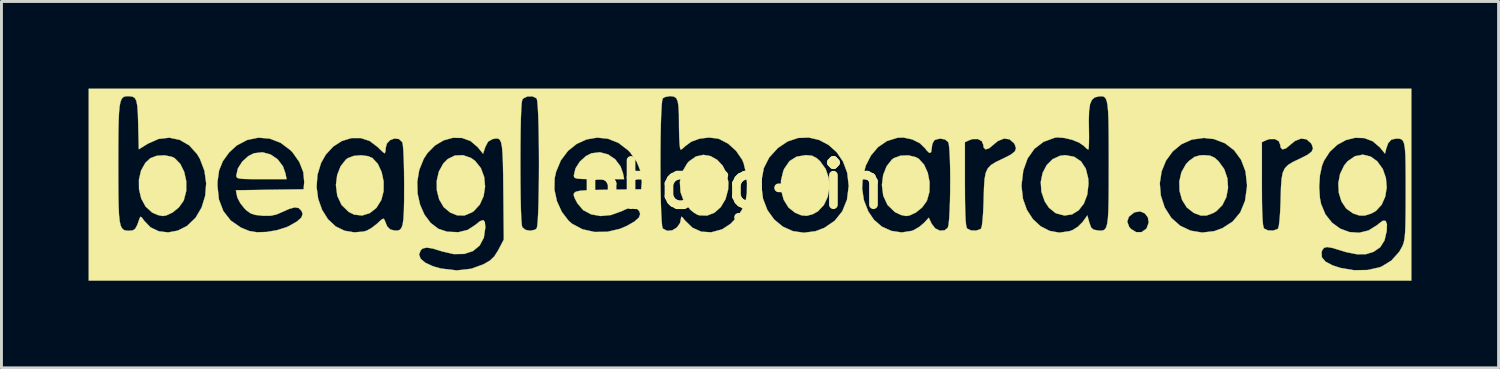
<source format=kicad_pcb>
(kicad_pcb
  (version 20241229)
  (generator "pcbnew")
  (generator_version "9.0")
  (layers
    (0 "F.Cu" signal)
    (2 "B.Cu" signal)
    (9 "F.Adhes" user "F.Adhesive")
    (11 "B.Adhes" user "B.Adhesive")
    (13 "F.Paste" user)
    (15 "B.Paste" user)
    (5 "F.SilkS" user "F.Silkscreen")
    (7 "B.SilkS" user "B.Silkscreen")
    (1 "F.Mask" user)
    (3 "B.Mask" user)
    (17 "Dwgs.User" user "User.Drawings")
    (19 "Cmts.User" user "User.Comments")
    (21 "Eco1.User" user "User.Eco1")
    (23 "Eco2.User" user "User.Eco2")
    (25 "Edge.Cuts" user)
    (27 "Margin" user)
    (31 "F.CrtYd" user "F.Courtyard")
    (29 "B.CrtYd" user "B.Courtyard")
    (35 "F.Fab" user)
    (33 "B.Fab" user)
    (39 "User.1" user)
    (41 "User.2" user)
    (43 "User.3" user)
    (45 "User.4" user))
  (footprint "bborg-inv"
    (layer "F.Cu")
    (at 22.738 3.307)
    (property "Reference" "bborg-inv" (at 0 0 0) (layer "F.SilkS") (effects (font (size 1.524 1.524) (thickness 0.3))))
    (attr through_hole)
    (fp_poly (pts (xy -16.475 -1.04) (xy -16.23 -0.873) (xy -16.047 -0.631) (xy -15.963 -0.392) (xy -15.923 -0.191) (xy -16.788 -0.191) (xy -17.134 -0.191) (xy -17.373 -0.196) (xy -17.524 -0.208) (xy -17.608 -0.229) (xy -17.645 -0.263) (xy -17.653 -0.313) (xy -17.653 -0.322) (xy -17.597 -0.561) (xy -17.448 -0.794) (xy -17.236 -0.985) (xy -17.045 -1.081) (xy -16.755 -1.115) (xy -16.475 -1.04)) (stroke (width 0.01) (type solid)) (fill yes) (layer "F.SilkS"))
    (fp_poly (pts (xy -4.854 -1.04) (xy -4.61 -0.873) (xy -4.427 -0.631) (xy -4.342 -0.392) (xy -4.302 -0.191) (xy -5.167 -0.191) (xy -5.513 -0.191) (xy -5.752 -0.196) (xy -5.904 -0.208) (xy -5.988 -0.229) (xy -6.024 -0.263) (xy -6.032 -0.313) (xy -6.032 -0.322) (xy -5.976 -0.561) (xy -5.827 -0.794) (xy -5.615 -0.985) (xy -5.424 -1.081) (xy -5.135 -1.115) (xy -4.854 -1.04)) (stroke (width 0.01) (type solid)) (fill yes) (layer "F.SilkS"))
    (fp_poly (pts (xy -13.117 -0.981) (xy -12.967 -0.917) (xy -12.782 -0.717) (xy -12.651 -0.436) (xy -12.582 -0.11) (xy -12.583 0.224) (xy -12.66 0.526) (xy -12.831 0.799) (xy -13.059 0.98) (xy -13.32 1.061) (xy -13.592 1.032) (xy -13.78 0.941) (xy -14.028 0.7) (xy -14.177 0.384) (xy -14.224 0.013) (xy -14.181 -0.329) (xy -14.063 -0.632) (xy -13.884 -0.86) (xy -13.817 -0.911) (xy -13.613 -0.989) (xy -13.361 -1.012) (xy -13.117 -0.981)) (stroke (width 0.01) (type solid)) (fill yes) (layer "F.SilkS"))
    (fp_poly (pts (xy -9.576 -0.921) (xy -9.434 -0.82) (xy -9.234 -0.57) (xy -9.12 -0.264) (xy -9.089 0.067) (xy -9.139 0.393) (xy -9.27 0.684) (xy -9.478 0.911) (xy -9.537 0.951) (xy -9.797 1.061) (xy -10.051 1.056) (xy -10.285 0.963) (xy -10.514 0.773) (xy -10.669 0.508) (xy -10.749 0.196) (xy -10.753 -0.134) (xy -10.679 -0.453) (xy -10.525 -0.732) (xy -10.375 -0.883) (xy -10.127 -1.003) (xy -9.85 -1.015) (xy -9.576 -0.921)) (stroke (width 0.01) (type solid)) (fill yes) (layer "F.SilkS"))
    (fp_poly (pts (xy 11.188 -0.961) (xy 11.426 -0.803) (xy 11.591 -0.55) (xy 11.675 -0.212) (xy 11.684 -0.033) (xy 11.642 0.343) (xy 11.525 0.652) (xy 11.345 0.882) (xy 11.118 1.023) (xy 10.856 1.062) (xy 10.572 0.987) (xy 10.541 0.971) (xy 10.321 0.793) (xy 10.176 0.574) (xy 10.062 0.241) (xy 10.041 -0.093) (xy 10.105 -0.404) (xy 10.244 -0.673) (xy 10.448 -0.877) (xy 10.707 -0.995) (xy 10.884 -1.016) (xy 11.188 -0.961)) (stroke (width 0.01) (type solid)) (fill yes) (layer "F.SilkS"))
    (fp_poly (pts (xy 21.398 -0.967) (xy 21.622 -0.806) (xy 21.814 -0.541) (xy 21.922 -0.232) (xy 21.95 0.094) (xy 21.9 0.41) (xy 21.777 0.689) (xy 21.581 0.902) (xy 21.432 0.988) (xy 21.2 1.063) (xy 21.004 1.061) (xy 20.79 0.989) (xy 20.557 0.823) (xy 20.393 0.577) (xy 20.301 0.277) (xy 20.284 -0.047) (xy 20.345 -0.37) (xy 20.487 -0.663) (xy 20.605 -0.806) (xy 20.856 -0.979) (xy 21.128 -1.033) (xy 21.398 -0.967)) (stroke (width 0.01) (type solid)) (fill yes) (layer "F.SilkS"))
    (fp_poly (pts (xy -1.327 -0.983) (xy -1.099 -0.854) (xy -0.909 -0.652) (xy -0.775 -0.389) (xy -0.712 -0.079) (xy -0.722 0.167) (xy -0.813 0.501) (xy -0.976 0.772) (xy -1.192 0.965) (xy -1.444 1.064) (xy -1.712 1.055) (xy -1.778 1.035) (xy -1.892 0.968) (xy -2.022 0.865) (xy -2.241 0.587) (xy -2.361 0.258) (xy -2.383 -0.092) (xy -2.305 -0.434) (xy -2.127 -0.737) (xy -2.064 -0.806) (xy -1.827 -0.971) (xy -1.575 -1.026) (xy -1.327 -0.983)) (stroke (width 0.01) (type solid)) (fill yes) (layer "F.SilkS"))
    (fp_poly (pts (xy 2.169 -0.995) (xy 2.326 -0.913) (xy 2.445 -0.806) (xy 2.637 -0.538) (xy 2.743 -0.227) (xy 2.765 0.101) (xy 2.707 0.419) (xy 2.574 0.7) (xy 2.369 0.918) (xy 2.189 1.017) (xy 1.983 1.072) (xy 1.798 1.055) (xy 1.587 0.968) (xy 1.356 0.786) (xy 1.192 0.521) (xy 1.104 0.203) (xy 1.097 -0.139) (xy 1.179 -0.476) (xy 1.213 -0.553) (xy 1.392 -0.812) (xy 1.633 -0.963) (xy 1.95 -1.016) (xy 1.972 -1.016) (xy 2.169 -0.995)) (stroke (width 0.01) (type solid)) (fill yes) (layer "F.SilkS"))
    (fp_poly (pts (xy -19.873 -0.96) (xy -19.774 -0.911) (xy -19.582 -0.715) (xy -19.446 -0.438) (xy -19.376 -0.116) (xy -19.377 0.217) (xy -19.457 0.523) (xy -19.479 0.57) (xy -19.631 0.781) (xy -19.841 0.954) (xy -20.065 1.06) (xy -20.187 1.079) (xy -20.353 1.046) (xy -20.539 0.965) (xy -20.556 0.955) (xy -20.777 0.752) (xy -20.926 0.476) (xy -21.002 0.158) (xy -21.005 -0.172) (xy -20.932 -0.486) (xy -20.784 -0.752) (xy -20.612 -0.911) (xy -20.391 -0.994) (xy -20.124 -1.01) (xy -19.873 -0.96)) (stroke (width 0.01) (type solid)) (fill yes) (layer "F.SilkS"))
    (fp_poly (pts (xy 5.743 -0.945) (xy 5.841 -0.89) (xy 6.024 -0.689) (xy 6.151 -0.408) (xy 6.214 -0.084) (xy 6.208 0.246) (xy 6.124 0.544) (xy 6.112 0.57) (xy 5.957 0.784) (xy 5.743 0.958) (xy 5.515 1.063) (xy 5.397 1.079) (xy 5.232 1.044) (xy 5.044 0.957) (xy 5.01 0.935) (xy 4.766 0.699) (xy 4.619 0.384) (xy 4.572 0.013) (xy 4.615 -0.329) (xy 4.733 -0.632) (xy 4.912 -0.86) (xy 4.979 -0.911) (xy 5.211 -0.998) (xy 5.485 -1.009) (xy 5.743 -0.945)) (stroke (width 0.01) (type solid)) (fill yes) (layer "F.SilkS"))
    (fp_poly (pts (xy 15.868 -0.999) (xy 16.022 -0.929) (xy 16.161 -0.806) (xy 16.357 -0.535) (xy 16.465 -0.22) (xy 16.488 0.11) (xy 16.429 0.428) (xy 16.291 0.707) (xy 16.076 0.92) (xy 15.976 0.977) (xy 15.748 1.062) (xy 15.553 1.064) (xy 15.33 0.982) (xy 15.303 0.968) (xy 15.068 0.785) (xy 14.905 0.524) (xy 14.819 0.217) (xy 14.81 -0.11) (xy 14.883 -0.427) (xy 15.039 -0.705) (xy 15.149 -0.82) (xy 15.332 -0.954) (xy 15.518 -1.009) (xy 15.661 -1.016) (xy 15.868 -0.999)) (stroke (width 0.01) (type solid)) (fill yes) (layer "F.SilkS"))
    (fp_poly (pts (xy 22.797 3.302) (xy -22.733 3.302) (xy -22.733 -0.73) (xy -21.717 -0.73) (xy -21.716 -0.127) (xy -21.713 0.361) (xy -21.705 0.747) (xy -21.691 1.042) (xy -21.668 1.258) (xy -21.634 1.409) (xy -21.587 1.504) (xy -21.526 1.558) (xy -21.448 1.582) (xy -21.351 1.587) (xy -21.331 1.587) (xy -21.214 1.574) (xy -21.132 1.516) (xy -21.062 1.388) (xy -20.989 1.178) (xy -20.956 1.106) (xy -20.911 1.123) (xy -20.828 1.239) (xy -20.826 1.241) (xy -20.606 1.47) (xy -20.322 1.605) (xy -20.001 1.644) (xy -19.666 1.582) (xy -19.349 1.421) (xy -19.057 1.142) (xy -18.848 0.789) (xy -18.724 0.385) (xy -18.696 0.032) (xy -18.303 0.032) (xy -18.252 0.509) (xy -18.1 0.909) (xy -17.848 1.232) (xy -17.496 1.477) (xy -17.209 1.595) (xy -16.94 1.639) (xy -16.605 1.628) (xy -16.253 1.568) (xy -15.928 1.465) (xy -15.832 1.421) (xy -15.566 1.269) (xy -15.414 1.135) (xy -15.369 1.01) (xy -15.406 0.905) (xy -15.502 0.806) (xy -15.636 0.781) (xy -15.83 0.833) (xy -16.034 0.924) (xy -16.27 1.026) (xy -16.473 1.07) (xy -16.714 1.071) (xy -16.768 1.067) (xy -17.001 1.041) (xy -17.159 0.989) (xy -17.295 0.892) (xy -17.369 0.821) (xy -17.51 0.645) (xy -17.609 0.46) (xy -17.627 0.398) (xy -17.668 0.193) (xy -16.502 0.176) (xy -15.335 0.159) (xy -15.329 0.079) (xy -14.89 0.079) (xy -14.835 0.488) (xy -14.701 0.866) (xy -14.497 1.191) (xy -14.229 1.44) (xy -13.927 1.586) (xy -13.592 1.642) (xy -13.272 1.615) (xy -13.165 1.584) (xy -13.004 1.496) (xy -12.826 1.36) (xy -12.781 1.319) (xy -12.654 1.203) (xy -12.587 1.17) (xy -12.55 1.21) (xy -12.539 1.244) (xy -12.459 1.439) (xy -12.357 1.54) (xy -12.22 1.577) (xy -12.114 1.582) (xy -12.032 1.56) (xy -11.971 1.497) (xy -11.928 1.379) (xy -11.9 1.192) (xy -11.884 0.921) (xy -11.876 0.553) (xy -11.875 0.074) (xy -11.874 0.015) (xy -11.875 -0.101) (xy -11.424 -0.101) (xy -11.413 0.304) (xy -11.328 0.688) (xy -11.176 1.032) (xy -10.964 1.316) (xy -10.698 1.519) (xy -10.397 1.62) (xy -10.008 1.637) (xy -9.686 1.557) (xy -9.436 1.394) (xy -9.261 1.256) (xy -9.152 1.219) (xy -9.097 1.287) (xy -9.081 1.462) (xy -9.081 1.476) (xy -9.132 1.825) (xy -9.277 2.096) (xy -9.505 2.285) (xy -9.806 2.384) (xy -10.167 2.39) (xy -10.579 2.295) (xy -10.604 2.286) (xy -10.897 2.196) (xy -11.101 2.167) (xy -11.237 2.197) (xy -11.3 2.251) (xy -11.363 2.402) (xy -11.307 2.552) (xy -11.142 2.691) (xy -10.878 2.811) (xy -10.604 2.888) (xy -10.064 2.952) (xy -9.56 2.894) (xy -9.147 2.743) (xy -8.924 2.615) (xy -8.772 2.471) (xy -8.64 2.262) (xy -8.622 2.229) (xy -8.443 1.887) (xy -8.46 0.204) (xy -8.466 -0.33) (xy -8.474 -0.73) (xy -7.874 -0.73) (xy -7.872 -0.108) (xy -7.866 0.421) (xy -7.856 0.85) (xy -7.843 1.172) (xy -7.826 1.381) (xy -7.808 1.465) (xy -7.696 1.557) (xy -7.53 1.587) (xy -7.368 1.55) (xy -7.315 1.511) (xy -7.293 1.427) (xy -7.275 1.235) (xy -7.26 0.951) (xy -7.248 0.595) (xy -7.24 0.185) (xy -7.24 0.168) (xy -6.703 0.168) (xy -6.616 0.567) (xy -6.448 0.937) (xy -6.214 1.242) (xy -6.092 1.347) (xy -5.736 1.536) (xy -5.323 1.628) (xy -4.882 1.623) (xy -4.442 1.52) (xy -4.211 1.421) (xy -3.945 1.269) (xy -3.794 1.135) (xy -3.749 1.01) (xy -3.785 0.905) (xy -3.886 0.803) (xy -4.027 0.781) (xy -4.229 0.839) (xy -4.395 0.916) (xy -4.759 1.046) (xy -5.115 1.079) (xy -5.441 1.02) (xy -5.713 0.874) (xy -5.91 0.643) (xy -5.916 0.631) (xy -5.994 0.483) (xy -6.036 0.373) (xy -6.03 0.295) (xy -5.962 0.242) (xy -5.818 0.21) (xy -5.586 0.192) (xy -5.252 0.182) (xy -4.874 0.176) (xy -3.715 0.159) (xy -3.694 -0.09) (xy -3.726 -0.431) (xy -3.845 -0.734) (xy -3.054 -0.734) (xy -3.052 -0.268) (xy -3.047 0.179) (xy -3.039 0.59) (xy -3.027 0.947) (xy -3.012 1.231) (xy -2.994 1.425) (xy -2.972 1.511) (xy -2.972 1.511) (xy -2.818 1.59) (xy -2.644 1.572) (xy -2.486 1.475) (xy -2.376 1.318) (xy -2.347 1.176) (xy -2.337 1.104) (xy -2.296 1.121) (xy -2.21 1.23) (xy -1.952 1.481) (xy -1.645 1.619) (xy -1.302 1.64) (xy -0.94 1.541) (xy -0.917 1.531) (xy -0.638 1.348) (xy -0.384 1.082) (xy -0.193 0.777) (xy -0.126 0.6) (xy -0.077 0.294) (xy -0.074 0.032) (xy 0.421 0.032) (xy 0.479 0.484) (xy 0.631 0.877) (xy 0.864 1.2) (xy 1.161 1.445) (xy 1.508 1.6) (xy 1.89 1.655) (xy 2.292 1.601) (xy 2.593 1.486) (xy 2.947 1.243) (xy 3.208 0.917) (xy 3.37 0.518) (xy 3.419 0.131) (xy 3.89 0.131) (xy 3.951 0.535) (xy 4.102 0.92) (xy 4.297 1.208) (xy 4.571 1.445) (xy 4.901 1.593) (xy 5.255 1.645) (xy 5.599 1.591) (xy 5.669 1.564) (xy 5.861 1.452) (xy 6.03 1.308) (xy 6.186 1.138) (xy 6.284 1.347) (xy 6.408 1.506) (xy 6.569 1.584) (xy 6.732 1.571) (xy 6.839 1.486) (xy 6.866 1.387) (xy 6.887 1.184) (xy 6.904 0.901) (xy 6.916 0.56) (xy 6.923 0.186) (xy 6.925 -0.199) (xy 6.921 -0.572) (xy 6.912 -0.908) (xy 6.897 -1.186) (xy 6.877 -1.382) (xy 6.856 -1.463) (xy 7.429 -1.463) (xy 7.429 -0.014) (xy 7.432 0.504) (xy 7.439 0.905) (xy 7.451 1.197) (xy 7.47 1.39) (xy 7.494 1.493) (xy 7.506 1.511) (xy 7.638 1.574) (xy 7.81 1.582) (xy 7.956 1.535) (xy 7.988 1.508) (xy 8.014 1.417) (xy 8.038 1.223) (xy 8.058 0.95) (xy 8.072 0.621) (xy 8.075 0.498) (xy 8.087 0.099) (xy 8.089 0.062) (xy 9.379 0.062) (xy 9.428 0.49) (xy 9.563 0.869) (xy 9.77 1.187) (xy 10.035 1.432) (xy 10.344 1.591) (xy 10.68 1.652) (xy 11.031 1.601) (xy 11.137 1.563) (xy 11.317 1.45) (xy 11.48 1.288) (xy 11.496 1.267) (xy 11.644 1.059) (xy 11.713 1.307) (xy 11.772 1.471) (xy 11.853 1.547) (xy 11.999 1.576) (xy 12 1.577) (xy 12.099 1.584) (xy 12.179 1.577) (xy 12.243 1.544) (xy 12.291 1.472) (xy 12.327 1.351) (xy 12.338 1.272) (xy 13.017 1.272) (xy 13.083 1.452) (xy 13.145 1.524) (xy 13.325 1.635) (xy 13.511 1.634) (xy 13.668 1.523) (xy 13.69 1.493) (xy 13.758 1.301) (xy 13.728 1.124) (xy 13.624 0.988) (xy 13.466 0.92) (xy 13.279 0.949) (xy 13.251 0.962) (xy 13.074 1.104) (xy 13.017 1.272) (xy 12.338 1.272) (xy 12.352 1.168) (xy 12.368 0.911) (xy 12.377 0.569) (xy 12.381 0.129) (xy 12.382 -0.051) (xy 14.138 -0.051) (xy 14.173 0.374) (xy 14.307 0.785) (xy 14.536 1.145) (xy 14.84 1.414) (xy 15.2 1.584) (xy 15.597 1.649) (xy 16.01 1.601) (xy 16.295 1.498) (xy 16.649 1.269) (xy 16.909 0.956) (xy 17.072 0.56) (xy 17.139 0.086) (xy 17.141 0) (xy 17.089 -0.458) (xy 16.938 -0.856) (xy 16.699 -1.183) (xy 16.384 -1.425) (xy 16.283 -1.463) (xy 17.653 -1.463) (xy 17.653 -0.014) (xy 17.655 0.504) (xy 17.662 0.905) (xy 17.675 1.197) (xy 17.693 1.39) (xy 17.718 1.493) (xy 17.729 1.511) (xy 17.861 1.574) (xy 18.034 1.582) (xy 18.18 1.535) (xy 18.212 1.508) (xy 18.237 1.417) (xy 18.261 1.223) (xy 18.281 0.95) (xy 18.296 0.621) (xy 18.299 0.498) (xy 18.31 0.099) (xy 18.312 0.07) (xy 19.625 0.07) (xy 19.65 0.459) (xy 19.691 0.667) (xy 19.841 1.025) (xy 20.068 1.31) (xy 20.35 1.515) (xy 20.667 1.632) (xy 20.999 1.656) (xy 21.325 1.577) (xy 21.625 1.39) (xy 21.664 1.354) (xy 21.815 1.243) (xy 21.913 1.247) (xy 21.958 1.366) (xy 21.95 1.593) (xy 21.874 1.919) (xy 21.727 2.153) (xy 21.497 2.312) (xy 21.233 2.393) (xy 20.927 2.396) (xy 20.554 2.322) (xy 20.352 2.26) (xy 20.08 2.177) (xy 19.902 2.147) (xy 19.794 2.172) (xy 19.732 2.254) (xy 19.708 2.331) (xy 19.718 2.502) (xy 19.843 2.65) (xy 20.088 2.779) (xy 20.364 2.868) (xy 20.828 2.946) (xy 21.288 2.938) (xy 21.702 2.847) (xy 21.778 2.818) (xy 22.112 2.612) (xy 22.38 2.314) (xy 22.486 2.127) (xy 22.522 2.038) (xy 22.55 1.933) (xy 22.571 1.798) (xy 22.586 1.614) (xy 22.595 1.365) (xy 22.601 1.035) (xy 22.604 0.607) (xy 22.605 0.219) (xy 22.604 -0.306) (xy 22.601 -0.719) (xy 22.593 -1.032) (xy 22.576 -1.258) (xy 22.549 -1.413) (xy 22.51 -1.51) (xy 22.455 -1.562) (xy 22.383 -1.583) (xy 22.29 -1.587) (xy 22.284 -1.587) (xy 22.112 -1.552) (xy 22 -1.429) (xy 21.936 -1.249) (xy 21.891 -1.07) (xy 21.714 -1.286) (xy 21.467 -1.496) (xy 21.177 -1.604) (xy 20.863 -1.615) (xy 20.547 -1.536) (xy 20.249 -1.373) (xy 19.99 -1.133) (xy 19.79 -0.822) (xy 19.727 -0.667) (xy 19.651 -0.326) (xy 19.625 0.07) (xy 18.312 0.07) (xy 18.331 -0.196) (xy 18.371 -0.409) (xy 18.442 -0.562) (xy 18.555 -0.678) (xy 18.72 -0.78) (xy 18.949 -0.889) (xy 18.973 -0.9) (xy 19.225 -1.028) (xy 19.368 -1.138) (xy 19.413 -1.249) (xy 19.373 -1.377) (xy 19.341 -1.429) (xy 19.19 -1.562) (xy 18.998 -1.587) (xy 18.789 -1.503) (xy 18.659 -1.397) (xy 18.485 -1.252) (xy 18.362 -1.214) (xy 18.297 -1.283) (xy 18.288 -1.364) (xy 18.235 -1.498) (xy 18.1 -1.571) (xy 17.916 -1.57) (xy 17.807 -1.533) (xy 17.653 -1.463) (xy 16.283 -1.463) (xy 16.004 -1.57) (xy 15.653 -1.609) (xy 15.242 -1.552) (xy 14.882 -1.391) (xy 14.583 -1.144) (xy 14.352 -0.827) (xy 14.201 -0.457) (xy 14.138 -0.051) (xy 12.382 -0.051) (xy 12.382 -0.42) (xy 12.383 -0.73) (xy 12.382 -1.337) (xy 12.379 -1.83) (xy 12.373 -2.218) (xy 12.36 -2.516) (xy 12.34 -2.733) (xy 12.311 -2.883) (xy 12.271 -2.977) (xy 12.217 -3.027) (xy 12.149 -3.044) (xy 12.064 -3.041) (xy 12.032 -3.038) (xy 11.896 -3.002) (xy 11.8 -2.918) (xy 11.737 -2.771) (xy 11.704 -2.542) (xy 11.694 -2.215) (xy 11.698 -1.953) (xy 11.702 -1.662) (xy 11.699 -1.424) (xy 11.691 -1.264) (xy 11.678 -1.206) (xy 11.612 -1.248) (xy 11.524 -1.335) (xy 11.364 -1.447) (xy 11.127 -1.543) (xy 10.862 -1.607) (xy 10.619 -1.628) (xy 10.524 -1.617) (xy 10.136 -1.475) (xy 9.822 -1.235) (xy 9.588 -0.904) (xy 9.439 -0.49) (xy 9.38 -0.001) (xy 9.379 0.062) (xy 8.089 0.062) (xy 8.107 -0.196) (xy 8.147 -0.409) (xy 8.218 -0.562) (xy 8.331 -0.678) (xy 8.496 -0.78) (xy 8.725 -0.889) (xy 8.75 -0.9) (xy 9.002 -1.028) (xy 9.144 -1.138) (xy 9.189 -1.249) (xy 9.149 -1.377) (xy 9.118 -1.429) (xy 8.967 -1.562) (xy 8.775 -1.587) (xy 8.565 -1.503) (xy 8.436 -1.397) (xy 8.261 -1.252) (xy 8.139 -1.214) (xy 8.074 -1.283) (xy 8.065 -1.364) (xy 8.012 -1.498) (xy 7.876 -1.571) (xy 7.692 -1.57) (xy 7.584 -1.533) (xy 7.429 -1.463) (xy 6.856 -1.463) (xy 6.856 -1.465) (xy 6.744 -1.557) (xy 6.577 -1.587) (xy 6.416 -1.55) (xy 6.363 -1.511) (xy 6.306 -1.394) (xy 6.287 -1.257) (xy 6.265 -1.115) (xy 6.203 -1.093) (xy 6.104 -1.19) (xy 6.066 -1.244) (xy 5.879 -1.427) (xy 5.615 -1.559) (xy 5.316 -1.622) (xy 5.109 -1.615) (xy 4.745 -1.502) (xy 4.438 -1.292) (xy 4.194 -1.004) (xy 4.017 -0.658) (xy 3.914 -0.274) (xy 3.89 0.131) (xy 3.419 0.131) (xy 3.429 0.055) (xy 3.429 0.032) (xy 3.378 -0.41) (xy 3.234 -0.796) (xy 3.014 -1.119) (xy 2.733 -1.37) (xy 2.408 -1.541) (xy 2.054 -1.623) (xy 1.688 -1.608) (xy 1.325 -1.488) (xy 0.99 -1.262) (xy 0.691 -0.934) (xy 0.506 -0.57) (xy 0.426 -0.147) (xy 0.421 0.032) (xy -0.074 0.032) (xy -0.073 -0.065) (xy -0.112 -0.426) (xy -0.188 -0.739) (xy -0.24 -0.863) (xy -0.449 -1.166) (xy -0.723 -1.413) (xy -1.025 -1.571) (xy -1.08 -1.588) (xy -1.386 -1.623) (xy -1.704 -1.584) (xy -1.992 -1.479) (xy -2.207 -1.32) (xy -2.219 -1.306) (xy -2.312 -1.224) (xy -2.357 -1.206) (xy -2.378 -1.266) (xy -2.395 -1.429) (xy -2.407 -1.673) (xy -2.413 -1.974) (xy -2.413 -2.051) (xy -2.416 -2.428) (xy -2.43 -2.697) (xy -2.459 -2.875) (xy -2.51 -2.981) (xy -2.589 -3.032) (xy -2.701 -3.048) (xy -2.731 -3.048) (xy -2.885 -3.02) (xy -2.972 -2.972) (xy -2.994 -2.888) (xy -3.012 -2.695) (xy -3.027 -2.412) (xy -3.039 -2.056) (xy -3.047 -1.645) (xy -3.052 -1.199) (xy -3.054 -0.734) (xy -3.845 -0.734) (xy -3.864 -0.782) (xy -4.095 -1.11) (xy -4.164 -1.183) (xy -4.498 -1.439) (xy -4.859 -1.582) (xy -5.231 -1.62) (xy -5.595 -1.558) (xy -5.936 -1.403) (xy -6.236 -1.162) (xy -6.478 -0.841) (xy -6.644 -0.446) (xy -6.694 -0.222) (xy -6.703 0.168) (xy -7.24 0.168) (xy -7.235 -0.262) (xy -7.233 -0.727) (xy -7.235 -1.192) (xy -7.24 -1.639) (xy -7.248 -2.05) (xy -7.26 -2.407) (xy -7.275 -2.692) (xy -7.293 -2.886) (xy -7.315 -2.971) (xy -7.315 -2.972) (xy -7.456 -3.04) (xy -7.627 -3.039) (xy -7.77 -2.972) (xy -7.808 -2.925) (xy -7.828 -2.823) (xy -7.844 -2.602) (xy -7.857 -2.267) (xy -7.867 -1.826) (xy -7.872 -1.286) (xy -7.874 -0.73) (xy -8.474 -0.73) (xy -8.474 -0.75) (xy -8.487 -1.068) (xy -8.507 -1.298) (xy -8.537 -1.452) (xy -8.58 -1.544) (xy -8.639 -1.586) (xy -8.716 -1.591) (xy -8.815 -1.572) (xy -8.843 -1.565) (xy -8.987 -1.479) (xy -9.082 -1.296) (xy -9.158 -1.067) (xy -9.345 -1.294) (xy -9.59 -1.503) (xy -9.881 -1.608) (xy -10.197 -1.614) (xy -10.514 -1.527) (xy -10.813 -1.35) (xy -11.073 -1.088) (xy -11.202 -0.888) (xy -11.356 -0.505) (xy -11.424 -0.101) (xy -11.875 -0.101) (xy -11.878 -0.448) (xy -11.887 -0.843) (xy -11.901 -1.154) (xy -11.919 -1.367) (xy -11.94 -1.465) (xy -12.055 -1.572) (xy -12.208 -1.59) (xy -12.359 -1.533) (xy -12.472 -1.413) (xy -12.509 -1.268) (xy -12.52 -1.135) (xy -12.545 -1.08) (xy -12.546 -1.079) (xy -12.607 -1.122) (xy -12.72 -1.229) (xy -12.785 -1.295) (xy -13.06 -1.504) (xy -13.37 -1.605) (xy -13.697 -1.603) (xy -14.02 -1.503) (xy -14.318 -1.312) (xy -14.573 -1.034) (xy -14.735 -0.749) (xy -14.859 -0.341) (xy -14.89 0.079) (xy -15.329 0.079) (xy -15.315 -0.09) (xy -15.346 -0.431) (xy -15.484 -0.782) (xy -15.715 -1.11) (xy -15.784 -1.183) (xy -16.124 -1.44) (xy -16.499 -1.585) (xy -16.891 -1.618) (xy -17.276 -1.54) (xy -17.636 -1.351) (xy -17.897 -1.113) (xy -18.118 -0.808) (xy -18.247 -0.487) (xy -18.3 -0.106) (xy -18.303 0.032) (xy -18.696 0.032) (xy -18.69 -0.045) (xy -18.749 -0.477) (xy -18.905 -0.888) (xy -19.007 -1.059) (xy -19.276 -1.355) (xy -19.599 -1.542) (xy -19.955 -1.617) (xy -20.327 -1.575) (xy -20.696 -1.412) (xy -20.697 -1.411) (xy -21.009 -1.218) (xy -21.03 -2.072) (xy -21.041 -2.443) (xy -21.06 -2.706) (xy -21.092 -2.879) (xy -21.145 -2.981) (xy -21.224 -3.031) (xy -21.338 -3.046) (xy -21.38 -3.047) (xy -21.468 -3.042) (xy -21.539 -3.017) (xy -21.595 -2.961) (xy -21.638 -2.86) (xy -21.67 -2.704) (xy -21.691 -2.48) (xy -21.705 -2.176) (xy -21.713 -1.78) (xy -21.716 -1.28) (xy -21.717 -0.73) (xy -22.733 -0.73) (xy -22.733 -3.302) (xy 22.797 -3.302) (xy 22.797 3.302)) (stroke (width 0.01) (type solid)) (fill yes) (layer "F.SilkS")))
  (gr_rect
    (start -3 -3)
    (end 48.539 9.614)
    (stroke (width 0.1) (type default))
    (fill no)
    (layer "Edge.Cuts")))
</source>
